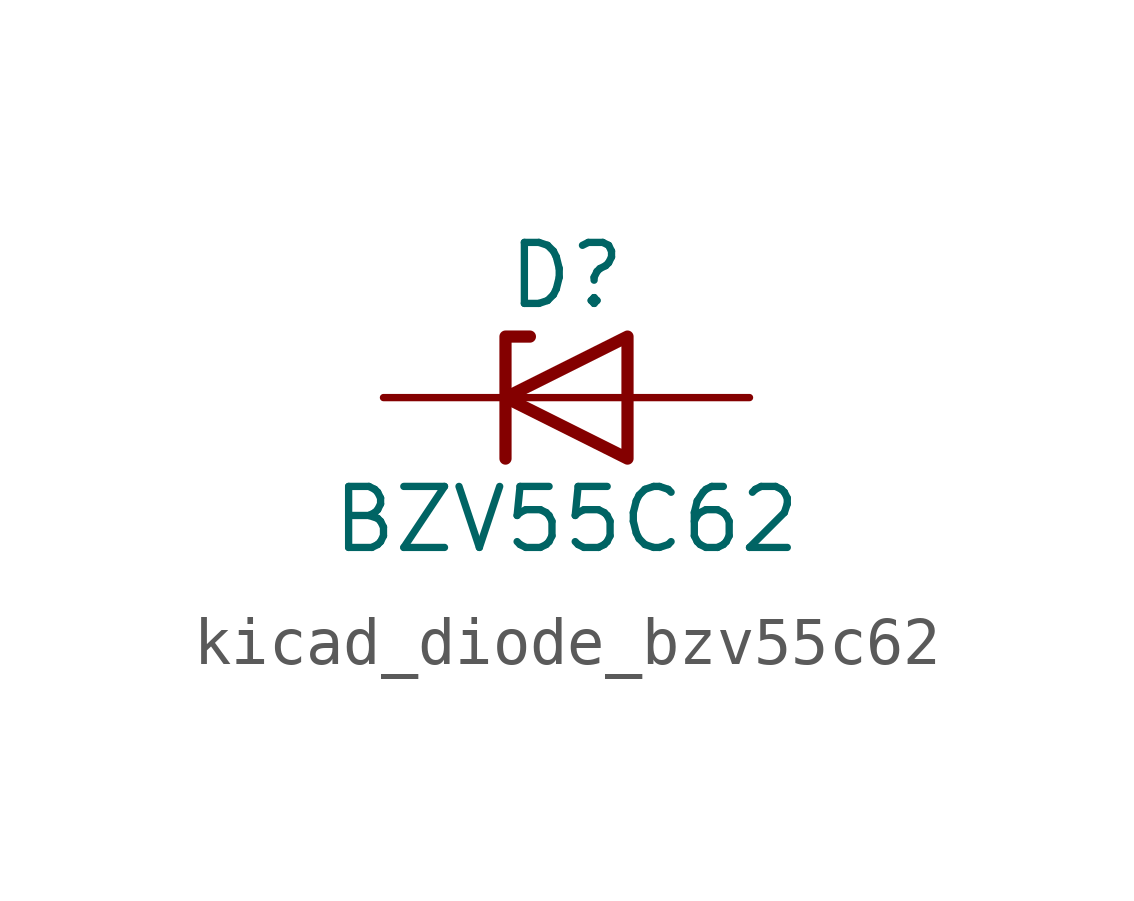
<source format=kicad_sym>
(kicad_symbol_lib
  (version 20220914)
  (generator kicad_symbol_editor)
  (symbol "kicad_diode_bzv55c62"
    (pin_numbers hide)
    (pin_names hide)
    (property "Reference" "D"
      (at 0 2.54 0)
      (effects (font (size 1.27 1.27))))
    (property "Value" "BZV55C62"
      (at 0 -2.54 0)
      (effects (font (size 1.27 1.27))))
    (symbol "kicad_diode_bzv55c62_0_1"
      (polyline (pts (xy 1.27 0) (xy -1.27 0)) (stroke (width 0) (type default)) (fill (type none)))
      (polyline (pts (xy -1.27 -1.27) (xy -1.27 1.27) (xy -0.762 1.27)) (stroke (width 0.254) (type default)) (fill (type none)))
      (polyline (pts (xy 1.27 -1.27) (xy 1.27 1.27) (xy -1.27 0) (xy 1.27 -1.27)) (stroke (width 0.254) (type default)) (fill (type none))))
    (symbol "kicad_diode_bzv55c62_1_1"
      (pin passive line (at -3.81 0 0) (length 2.54) (name "K" (effects (font (size 1.27 1.27)))) (number "1" (effects (font (size 1.27 1.27)))))
      (pin passive line (at 3.81 0 180) (length 2.54) (name "A" (effects (font (size 1.27 1.27)))) (number "2" (effects (font (size 1.27 1.27))))))))
</source>
